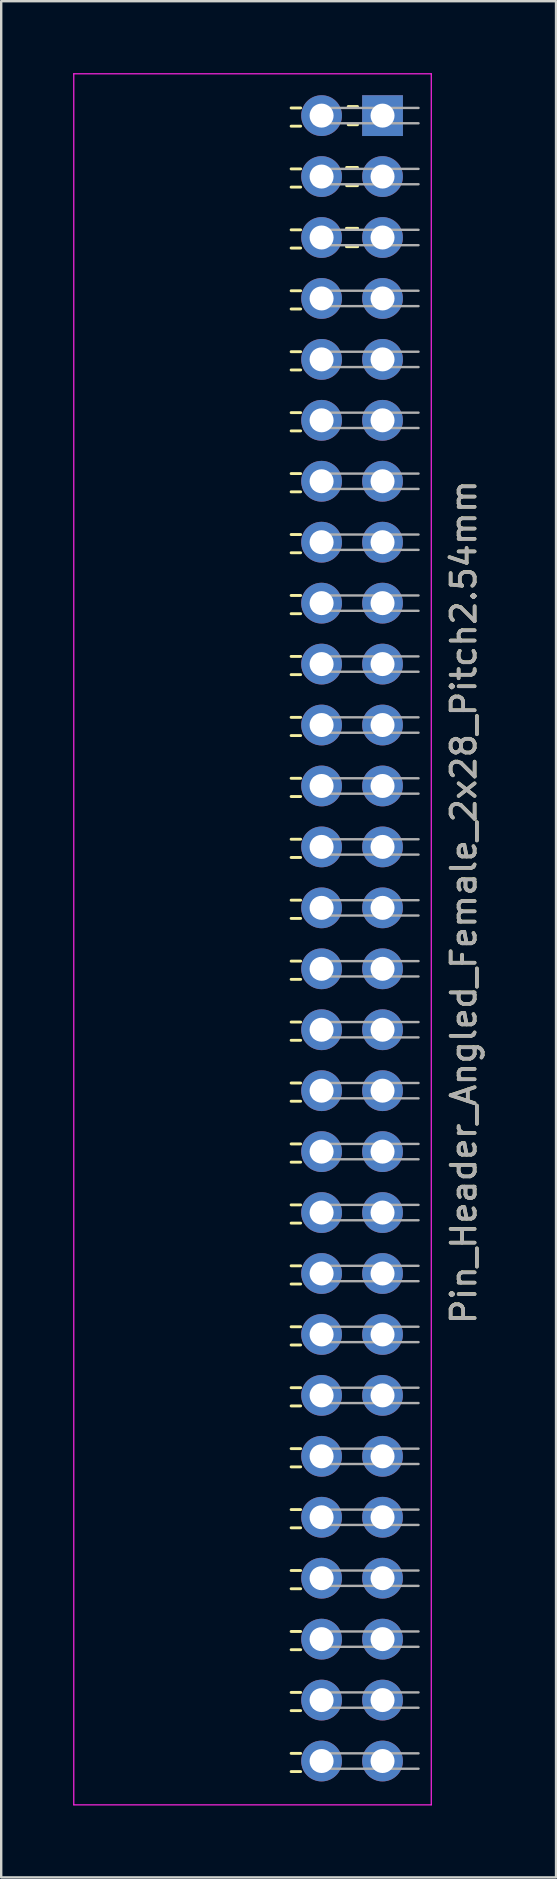
<source format=kicad_pcb>
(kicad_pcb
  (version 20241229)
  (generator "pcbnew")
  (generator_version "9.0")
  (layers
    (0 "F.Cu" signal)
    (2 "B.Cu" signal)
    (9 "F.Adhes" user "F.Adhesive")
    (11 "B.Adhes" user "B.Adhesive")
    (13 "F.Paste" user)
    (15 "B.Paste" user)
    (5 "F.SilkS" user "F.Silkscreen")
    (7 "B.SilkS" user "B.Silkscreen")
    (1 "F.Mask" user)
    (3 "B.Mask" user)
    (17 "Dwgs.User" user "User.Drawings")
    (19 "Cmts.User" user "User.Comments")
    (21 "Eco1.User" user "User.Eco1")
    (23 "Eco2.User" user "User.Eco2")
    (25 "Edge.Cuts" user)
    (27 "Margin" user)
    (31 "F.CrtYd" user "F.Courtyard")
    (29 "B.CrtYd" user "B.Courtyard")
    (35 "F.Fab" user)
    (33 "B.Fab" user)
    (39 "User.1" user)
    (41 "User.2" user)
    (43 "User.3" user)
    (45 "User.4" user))
  (footprint "Pin_Header_Angled_Female_2x28_Pitch2.54mm"
    (layer "F.Cu")
    (at 10.354 1.769)
    (property "Reference" "Pin_Header_Angled_Female_2x28_Pitch2.54mm" (at 5.923 32.781 90) (layer "F.SilkS") (effects (font (size 1 1) (thickness 0.15))))
    (attr through_hole)
    (fp_line (start -0.873 -0.32) (end -1.27 -0.32) (stroke (width 0.12) (type solid)) (layer "F.SilkS"))
    (fp_line (start -0.873 0.44) (end -1.27 0.44) (stroke (width 0.12) (type solid)) (layer "F.SilkS"))
    (fp_line (start -0.873 2.22) (end -1.27 2.22) (stroke (width 0.12) (type solid)) (layer "F.SilkS"))
    (fp_line (start -0.873 2.98) (end -1.27 2.98) (stroke (width 0.12) (type solid)) (layer "F.SilkS"))
    (fp_line (start -0.873 4.76) (end -1.27 4.76) (stroke (width 0.12) (type solid)) (layer "F.SilkS"))
    (fp_line (start -0.873 5.52) (end -1.27 5.52) (stroke (width 0.12) (type solid)) (layer "F.SilkS"))
    (fp_line (start -0.873 7.3) (end -1.27 7.3) (stroke (width 0.12) (type solid)) (layer "F.SilkS"))
    (fp_line (start -0.873 8.06) (end -1.27 8.06) (stroke (width 0.12) (type solid)) (layer "F.SilkS"))
    (fp_line (start -0.873 9.84) (end -1.27 9.84) (stroke (width 0.12) (type solid)) (layer "F.SilkS"))
    (fp_line (start -0.873 10.6) (end -1.27 10.6) (stroke (width 0.12) (type solid)) (layer "F.SilkS"))
    (fp_line (start -0.873 12.38) (end -1.27 12.38) (stroke (width 0.12) (type solid)) (layer "F.SilkS"))
    (fp_line (start -0.873 13.14) (end -1.27 13.14) (stroke (width 0.12) (type solid)) (layer "F.SilkS"))
    (fp_line (start -0.873 14.92) (end -1.27 14.92) (stroke (width 0.12) (type solid)) (layer "F.SilkS"))
    (fp_line (start -0.873 15.68) (end -1.27 15.68) (stroke (width 0.12) (type solid)) (layer "F.SilkS"))
    (fp_line (start -0.873 17.46) (end -1.27 17.46) (stroke (width 0.12) (type solid)) (layer "F.SilkS"))
    (fp_line (start -0.873 18.22) (end -1.27 18.22) (stroke (width 0.12) (type solid)) (layer "F.SilkS"))
    (fp_line (start -0.873 20) (end -1.27 20) (stroke (width 0.12) (type solid)) (layer "F.SilkS"))
    (fp_line (start -0.873 20.76) (end -1.27 20.76) (stroke (width 0.12) (type solid)) (layer "F.SilkS"))
    (fp_line (start -0.873 22.54) (end -1.27 22.54) (stroke (width 0.12) (type solid)) (layer "F.SilkS"))
    (fp_line (start -0.873 23.3) (end -1.27 23.3) (stroke (width 0.12) (type solid)) (layer "F.SilkS"))
    (fp_line (start -0.873 25.08) (end -1.27 25.08) (stroke (width 0.12) (type solid)) (layer "F.SilkS"))
    (fp_line (start -0.873 25.84) (end -1.27 25.84) (stroke (width 0.12) (type solid)) (layer "F.SilkS"))
    (fp_line (start -0.873 27.62) (end -1.27 27.62) (stroke (width 0.12) (type solid)) (layer "F.SilkS"))
    (fp_line (start -0.873 28.38) (end -1.27 28.38) (stroke (width 0.12) (type solid)) (layer "F.SilkS"))
    (fp_line (start -0.873 30.16) (end -1.27 30.16) (stroke (width 0.12) (type solid)) (layer "F.SilkS"))
    (fp_line (start -0.873 30.92) (end -1.27 30.92) (stroke (width 0.12) (type solid)) (layer "F.SilkS"))
    (fp_line (start -0.873 32.7) (end -1.27 32.7) (stroke (width 0.12) (type solid)) (layer "F.SilkS"))
    (fp_line (start -0.873 33.46) (end -1.27 33.46) (stroke (width 0.12) (type solid)) (layer "F.SilkS"))
    (fp_line (start -0.873 35.24) (end -1.27 35.24) (stroke (width 0.12) (type solid)) (layer "F.SilkS"))
    (fp_line (start -0.873 36) (end -1.27 36) (stroke (width 0.12) (type solid)) (layer "F.SilkS"))
    (fp_line (start -0.873 37.78) (end -1.27 37.78) (stroke (width 0.12) (type solid)) (layer "F.SilkS"))
    (fp_line (start -0.873 38.54) (end -1.27 38.54) (stroke (width 0.12) (type solid)) (layer "F.SilkS"))
    (fp_line (start -0.873 40.32) (end -1.27 40.32) (stroke (width 0.12) (type solid)) (layer "F.SilkS"))
    (fp_line (start -0.873 41.08) (end -1.27 41.08) (stroke (width 0.12) (type solid)) (layer "F.SilkS"))
    (fp_line (start -0.873 42.86) (end -1.27 42.86) (stroke (width 0.12) (type solid)) (layer "F.SilkS"))
    (fp_line (start -0.873 43.62) (end -1.27 43.62) (stroke (width 0.12) (type solid)) (layer "F.SilkS"))
    (fp_line (start -0.873 45.4) (end -1.27 45.4) (stroke (width 0.12) (type solid)) (layer "F.SilkS"))
    (fp_line (start -0.873 46.16) (end -1.27 46.16) (stroke (width 0.12) (type solid)) (layer "F.SilkS"))
    (fp_line (start -0.873 47.94) (end -1.27 47.94) (stroke (width 0.12) (type solid)) (layer "F.SilkS"))
    (fp_line (start -0.873 48.7) (end -1.27 48.7) (stroke (width 0.12) (type solid)) (layer "F.SilkS"))
    (fp_line (start -0.873 50.48) (end -1.27 50.48) (stroke (width 0.12) (type solid)) (layer "F.SilkS"))
    (fp_line (start -0.873 51.24) (end -1.27 51.24) (stroke (width 0.12) (type solid)) (layer "F.SilkS"))
    (fp_line (start -0.873 53.02) (end -1.27 53.02) (stroke (width 0.12) (type solid)) (layer "F.SilkS"))
    (fp_line (start -0.873 53.78) (end -1.27 53.78) (stroke (width 0.12) (type solid)) (layer "F.SilkS"))
    (fp_line (start -0.873 55.56) (end -1.27 55.56) (stroke (width 0.12) (type solid)) (layer "F.SilkS"))
    (fp_line (start -0.873 56.32) (end -1.27 56.32) (stroke (width 0.12) (type solid)) (layer "F.SilkS"))
    (fp_line (start -0.873 58.1) (end -1.27 58.1) (stroke (width 0.12) (type solid)) (layer "F.SilkS"))
    (fp_line (start -0.873 58.86) (end -1.27 58.86) (stroke (width 0.12) (type solid)) (layer "F.SilkS"))
    (fp_line (start -0.873 60.64) (end -1.27 60.64) (stroke (width 0.12) (type solid)) (layer "F.SilkS"))
    (fp_line (start -0.873 61.4) (end -1.27 61.4) (stroke (width 0.12) (type solid)) (layer "F.SilkS"))
    (fp_line (start -0.873 63.18) (end -1.27 63.18) (stroke (width 0.12) (type solid)) (layer "F.SilkS"))
    (fp_line (start -0.873 63.94) (end -1.27 63.94) (stroke (width 0.12) (type solid)) (layer "F.SilkS"))
    (fp_line (start -0.873 65.72) (end -1.27 65.72) (stroke (width 0.12) (type solid)) (layer "F.SilkS"))
    (fp_line (start -0.873 66.48) (end -1.27 66.48) (stroke (width 0.12) (type solid)) (layer "F.SilkS"))
    (fp_line (start -0.873 68.26) (end -1.27 68.26) (stroke (width 0.12) (type solid)) (layer "F.SilkS"))
    (fp_line (start -0.873 69.02) (end -1.27 69.02) (stroke (width 0.12) (type solid)) (layer "F.SilkS"))
    (fp_line (start 1.043 2.16) (end 1.497 2.16) (stroke (width 0.12) (type solid)) (layer "F.SilkS"))
    (fp_line (start 1.043 2.92) (end 1.497 2.92) (stroke (width 0.12) (type solid)) (layer "F.SilkS"))
    (fp_line (start 1.11 -0.38) (end 1.497 -0.38) (stroke (width 0.12) (type solid)) (layer "F.SilkS"))
    (fp_line (start 1.11 0.38) (end 1.497 0.38) (stroke (width 0.12) (type solid)) (layer "F.SilkS"))
    (fp_line (start 1.497 4.7) (end 1.043 4.7) (stroke (width 0.12) (type solid)) (layer "F.SilkS"))
    (fp_line (start 1.497 4.7) (end 1.043 4.7) (stroke (width 0.12) (type solid)) (layer "F.SilkS"))
    (fp_line (start 1.497 5.46) (end 1.043 5.46) (stroke (width 0.12) (type solid)) (layer "F.SilkS"))
    (fp_line (start 1.497 5.46) (end 1.043 5.46) (stroke (width 0.12) (type solid)) (layer "F.SilkS"))
    (fp_line (start -10.329 -1.744) (end -10.329 70.406) (stroke (width 0.05) (type solid)) (layer "F.CrtYd"))
    (fp_line (start -10.329 70.406) (end 4.571 70.406) (stroke (width 0.05) (type solid)) (layer "F.CrtYd"))
    (fp_line (start 4.571 -1.744) (end -10.329 -1.744) (stroke (width 0.05) (type solid)) (layer "F.CrtYd"))
    (fp_line (start 4.571 70.406) (end 4.571 -1.744) (stroke (width 0.05) (type solid)) (layer "F.CrtYd"))
    (fp_line (start -0.32 -0.32) (end -0.32 0.32) (stroke (width 0.1) (type solid)) (layer "F.Fab"))
    (fp_line (start -0.32 -0.32) (end 4.04 -0.32) (stroke (width 0.1) (type solid)) (layer "F.Fab"))
    (fp_line (start -0.32 0.32) (end 4.04 0.32) (stroke (width 0.1) (type solid)) (layer "F.Fab"))
    (fp_line (start -0.32 2.22) (end -0.32 2.86) (stroke (width 0.1) (type solid)) (layer "F.Fab"))
    (fp_line (start -0.32 2.22) (end 4.04 2.22) (stroke (width 0.1) (type solid)) (layer "F.Fab"))
    (fp_line (start -0.32 2.86) (end 4.04 2.86) (stroke (width 0.1) (type solid)) (layer "F.Fab"))
    (fp_line (start -0.32 4.76) (end 4.04 4.76) (stroke (width 0.1) (type solid)) (layer "F.Fab"))
    (fp_line (start -0.32 5.4) (end 4.04 5.4) (stroke (width 0.1) (type solid)) (layer "F.Fab"))
    (fp_line (start -0.32 7.3) (end 4.04 7.3) (stroke (width 0.1) (type solid)) (layer "F.Fab"))
    (fp_line (start -0.32 7.94) (end 4.04 7.94) (stroke (width 0.1) (type solid)) (layer "F.Fab"))
    (fp_line (start -0.32 9.84) (end 4.04 9.84) (stroke (width 0.1) (type solid)) (layer "F.Fab"))
    (fp_line (start -0.32 10.48) (end 4.04 10.48) (stroke (width 0.1) (type solid)) (layer "F.Fab"))
    (fp_line (start -0.32 12.38) (end 4.04 12.38) (stroke (width 0.1) (type solid)) (layer "F.Fab"))
    (fp_line (start -0.32 13.02) (end 4.04 13.02) (stroke (width 0.1) (type solid)) (layer "F.Fab"))
    (fp_line (start -0.32 14.92) (end 4.04 14.92) (stroke (width 0.1) (type solid)) (layer "F.Fab"))
    (fp_line (start -0.32 15.56) (end 4.04 15.56) (stroke (width 0.1) (type solid)) (layer "F.Fab"))
    (fp_line (start -0.32 17.46) (end 4.04 17.46) (stroke (width 0.1) (type solid)) (layer "F.Fab"))
    (fp_line (start -0.32 18.1) (end 4.04 18.1) (stroke (width 0.1) (type solid)) (layer "F.Fab"))
    (fp_line (start -0.32 20) (end 4.04 20) (stroke (width 0.1) (type solid)) (layer "F.Fab"))
    (fp_line (start -0.32 20.64) (end 4.04 20.64) (stroke (width 0.1) (type solid)) (layer "F.Fab"))
    (fp_line (start -0.32 22.54) (end 4.04 22.54) (stroke (width 0.1) (type solid)) (layer "F.Fab"))
    (fp_line (start -0.32 23.18) (end 4.04 23.18) (stroke (width 0.1) (type solid)) (layer "F.Fab"))
    (fp_line (start -0.32 25.08) (end 4.04 25.08) (stroke (width 0.1) (type solid)) (layer "F.Fab"))
    (fp_line (start -0.32 25.72) (end 4.04 25.72) (stroke (width 0.1) (type solid)) (layer "F.Fab"))
    (fp_line (start -0.32 27.62) (end 4.04 27.62) (stroke (width 0.1) (type solid)) (layer "F.Fab"))
    (fp_line (start -0.32 28.26) (end 4.04 28.26) (stroke (width 0.1) (type solid)) (layer "F.Fab"))
    (fp_line (start -0.32 30.16) (end 4.04 30.16) (stroke (width 0.1) (type solid)) (layer "F.Fab"))
    (fp_line (start -0.32 30.8) (end 4.04 30.8) (stroke (width 0.1) (type solid)) (layer "F.Fab"))
    (fp_line (start -0.32 32.7) (end 4.04 32.7) (stroke (width 0.1) (type solid)) (layer "F.Fab"))
    (fp_line (start -0.32 33.34) (end 4.04 33.34) (stroke (width 0.1) (type solid)) (layer "F.Fab"))
    (fp_line (start -0.32 35.24) (end 4.04 35.24) (stroke (width 0.1) (type solid)) (layer "F.Fab"))
    (fp_line (start -0.32 35.88) (end 4.04 35.88) (stroke (width 0.1) (type solid)) (layer "F.Fab"))
    (fp_line (start -0.32 37.78) (end 4.04 37.78) (stroke (width 0.1) (type solid)) (layer "F.Fab"))
    (fp_line (start -0.32 38.42) (end 4.04 38.42) (stroke (width 0.1) (type solid)) (layer "F.Fab"))
    (fp_line (start -0.32 40.32) (end 4.04 40.32) (stroke (width 0.1) (type solid)) (layer "F.Fab"))
    (fp_line (start -0.32 40.96) (end 4.04 40.96) (stroke (width 0.1) (type solid)) (layer "F.Fab"))
    (fp_line (start -0.32 42.86) (end 4.04 42.86) (stroke (width 0.1) (type solid)) (layer "F.Fab"))
    (fp_line (start -0.32 43.5) (end 4.04 43.5) (stroke (width 0.1) (type solid)) (layer "F.Fab"))
    (fp_line (start -0.32 45.4) (end 4.04 45.4) (stroke (width 0.1) (type solid)) (layer "F.Fab"))
    (fp_line (start -0.32 46.04) (end 4.04 46.04) (stroke (width 0.1) (type solid)) (layer "F.Fab"))
    (fp_line (start -0.32 47.94) (end 4.04 47.94) (stroke (width 0.1) (type solid)) (layer "F.Fab"))
    (fp_line (start -0.32 48.58) (end 4.04 48.58) (stroke (width 0.1) (type solid)) (layer "F.Fab"))
    (fp_line (start -0.32 50.48) (end 4.04 50.48) (stroke (width 0.1) (type solid)) (layer "F.Fab"))
    (fp_line (start -0.32 51.12) (end 4.04 51.12) (stroke (width 0.1) (type solid)) (layer "F.Fab"))
    (fp_line (start -0.32 53.02) (end 4.04 53.02) (stroke (width 0.1) (type solid)) (layer "F.Fab"))
    (fp_line (start -0.32 53.66) (end 4.04 53.66) (stroke (width 0.1) (type solid)) (layer "F.Fab"))
    (fp_line (start -0.32 55.56) (end 4.04 55.56) (stroke (width 0.1) (type solid)) (layer "F.Fab"))
    (fp_line (start -0.32 56.2) (end 4.04 56.2) (stroke (width 0.1) (type solid)) (layer "F.Fab"))
    (fp_line (start -0.32 58.1) (end 4.04 58.1) (stroke (width 0.1) (type solid)) (layer "F.Fab"))
    (fp_line (start -0.32 58.74) (end 4.04 58.74) (stroke (width 0.1) (type solid)) (layer "F.Fab"))
    (fp_line (start -0.32 60.64) (end 4.04 60.64) (stroke (width 0.1) (type solid)) (layer "F.Fab"))
    (fp_line (start -0.32 61.28) (end 4.04 61.28) (stroke (width 0.1) (type solid)) (layer "F.Fab"))
    (fp_line (start -0.32 63.18) (end 4.04 63.18) (stroke (width 0.1) (type solid)) (layer "F.Fab"))
    (fp_line (start -0.32 63.82) (end 4.04 63.82) (stroke (width 0.1) (type solid)) (layer "F.Fab"))
    (fp_line (start -0.32 65.72) (end 4.04 65.72) (stroke (width 0.1) (type solid)) (layer "F.Fab"))
    (fp_line (start -0.32 66.36) (end 4.04 66.36) (stroke (width 0.1) (type solid)) (layer "F.Fab"))
    (fp_line (start -0.32 68.26) (end 4.04 68.26) (stroke (width 0.1) (type solid)) (layer "F.Fab"))
    (fp_line (start -0.32 68.9) (end 4.04 68.9) (stroke (width 0.1) (type solid)) (layer "F.Fab"))
    (fp_line (start 2.86 5.4) (end 2.86 4.76) (stroke (width 0.1) (type solid)) (layer "F.Fab"))
    (fp_line (start 2.86 5.4) (end 2.86 4.76) (stroke (width 0.1) (type solid)) (layer "F.Fab"))
    (fp_text user "${REFERENCE}" (at 5.923 32.786 270) (layer "F.Fab") (effects (font (size 1 1) (thickness 0.15))))
    (pad "1" thru_hole rect (at 2.54 0) (size 1.7 1.7) (drill 1) (layers "*.Cu" "*.Mask"))
    (pad "2" thru_hole circle (at 0 0) (size 1.7 1.7) (drill 1) (layers "*.Cu" "*.Mask"))
    (pad "3" thru_hole circle (at 2.54 2.54) (size 1.7 1.7) (drill 1) (layers "*.Cu" "*.Mask"))
    (pad "4" thru_hole circle (at 0 2.54) (size 1.7 1.7) (drill 1) (layers "*.Cu" "*.Mask"))
    (pad "5" thru_hole circle (at 2.54 5.08 180) (size 1.7 1.7) (drill 1) (layers "*.Cu" "*.Mask"))
    (pad "6" thru_hole circle (at 0 5.08 180) (size 1.7 1.7) (drill 1) (layers "*.Cu" "*.Mask"))
    (pad "7" thru_hole circle (at 2.54 7.62) (size 1.7 1.7) (drill 1) (layers "*.Cu" "*.Mask"))
    (pad "8" thru_hole circle (at 0 7.62) (size 1.7 1.7) (drill 1) (layers "*.Cu" "*.Mask"))
    (pad "9" thru_hole circle (at 2.54 10.16) (size 1.7 1.7) (drill 1) (layers "*.Cu" "*.Mask"))
    (pad "10" thru_hole circle (at 0 10.16) (size 1.7 1.7) (drill 1) (layers "*.Cu" "*.Mask"))
    (pad "11" thru_hole circle (at 2.54 12.7 180) (size 1.7 1.7) (drill 1) (layers "*.Cu" "*.Mask"))
    (pad "12" thru_hole circle (at 0 12.7 180) (size 1.7 1.7) (drill 1) (layers "*.Cu" "*.Mask"))
    (pad "13" thru_hole circle (at 2.54 15.24 180) (size 1.7 1.7) (drill 1) (layers "*.Cu" "*.Mask"))
    (pad "14" thru_hole circle (at 0 15.24 180) (size 1.7 1.7) (drill 1) (layers "*.Cu" "*.Mask"))
    (pad "15" thru_hole circle (at 2.54 17.78 180) (size 1.7 1.7) (drill 1) (layers "*.Cu" "*.Mask"))
    (pad "16" thru_hole circle (at 0 17.78 180) (size 1.7 1.7) (drill 1) (layers "*.Cu" "*.Mask"))
    (pad "17" thru_hole circle (at 2.54 20.32 180) (size 1.7 1.7) (drill 1) (layers "*.Cu" "*.Mask"))
    (pad "18" thru_hole circle (at 0 20.32 180) (size 1.7 1.7) (drill 1) (layers "*.Cu" "*.Mask"))
    (pad "19" thru_hole circle (at 2.54 22.86) (size 1.7 1.7) (drill 1) (layers "*.Cu" "*.Mask"))
    (pad "20" thru_hole circle (at 0 22.86) (size 1.7 1.7) (drill 1) (layers "*.Cu" "*.Mask"))
    (pad "21" thru_hole circle (at 2.54 25.4 180) (size 1.7 1.7) (drill 1) (layers "*.Cu" "*.Mask"))
    (pad "22" thru_hole circle (at 0 25.4 180) (size 1.7 1.7) (drill 1) (layers "*.Cu" "*.Mask"))
    (pad "23" thru_hole circle (at 2.54 27.94 180) (size 1.7 1.7) (drill 1) (layers "*.Cu" "*.Mask"))
    (pad "24" thru_hole circle (at 0 27.94 180) (size 1.7 1.7) (drill 1) (layers "*.Cu" "*.Mask"))
    (pad "25" thru_hole circle (at 2.54 30.48) (size 1.7 1.7) (drill 1) (layers "*.Cu" "*.Mask"))
    (pad "26" thru_hole circle (at 0 30.48) (size 1.7 1.7) (drill 1) (layers "*.Cu" "*.Mask"))
    (pad "27" thru_hole circle (at 2.54 33.02 180) (size 1.7 1.7) (drill 1) (layers "*.Cu" "*.Mask"))
    (pad "28" thru_hole circle (at 0 33.02 180) (size 1.7 1.7) (drill 1) (layers "*.Cu" "*.Mask"))
    (pad "29" thru_hole circle (at 2.54 35.56 180) (size 1.7 1.7) (drill 1) (layers "*.Cu" "*.Mask"))
    (pad "30" thru_hole circle (at 0 35.56 180) (size 1.7 1.7) (drill 1) (layers "*.Cu" "*.Mask"))
    (pad "31" thru_hole circle (at 2.54 38.1) (size 1.7 1.7) (drill 1) (layers "*.Cu" "*.Mask"))
    (pad "32" thru_hole circle (at 0 38.1) (size 1.7 1.7) (drill 1) (layers "*.Cu" "*.Mask"))
    (pad "33" thru_hole circle (at 2.54 40.64) (size 1.7 1.7) (drill 1) (layers "*.Cu" "*.Mask"))
    (pad "34" thru_hole circle (at 0 40.64) (size 1.7 1.7) (drill 1) (layers "*.Cu" "*.Mask"))
    (pad "35" thru_hole circle (at 2.54 43.18) (size 1.7 1.7) (drill 1) (layers "*.Cu" "*.Mask"))
    (pad "36" thru_hole circle (at 0 43.18) (size 1.7 1.7) (drill 1) (layers "*.Cu" "*.Mask"))
    (pad "37" thru_hole circle (at 2.54 45.72 180) (size 1.7 1.7) (drill 1) (layers "*.Cu" "*.Mask"))
    (pad "38" thru_hole circle (at 0 45.72 180) (size 1.7 1.7) (drill 1) (layers "*.Cu" "*.Mask"))
    (pad "39" thru_hole circle (at 2.54 48.26) (size 1.7 1.7) (drill 1) (layers "*.Cu" "*.Mask"))
    (pad "40" thru_hole circle (at 0 48.26) (size 1.7 1.7) (drill 1) (layers "*.Cu" "*.Mask"))
    (pad "41" thru_hole circle (at 2.54 50.8) (size 1.7 1.7) (drill 1) (layers "*.Cu" "*.Mask"))
    (pad "42" thru_hole circle (at 0 50.8) (size 1.7 1.7) (drill 1) (layers "*.Cu" "*.Mask"))
    (pad "43" thru_hole circle (at 2.54 53.34) (size 1.7 1.7) (drill 1) (layers "*.Cu" "*.Mask"))
    (pad "44" thru_hole circle (at 0 53.34) (size 1.7 1.7) (drill 1) (layers "*.Cu" "*.Mask"))
    (pad "45" thru_hole circle (at 2.54 55.88) (size 1.7 1.7) (drill 1) (layers "*.Cu" "*.Mask"))
    (pad "46" thru_hole circle (at 0 55.88) (size 1.7 1.7) (drill 1) (layers "*.Cu" "*.Mask"))
    (pad "47" thru_hole circle (at 2.54 58.42) (size 1.7 1.7) (drill 1) (layers "*.Cu" "*.Mask"))
    (pad "48" thru_hole circle (at 0 58.42) (size 1.7 1.7) (drill 1) (layers "*.Cu" "*.Mask"))
    (pad "49" thru_hole circle (at 2.54 60.96) (size 1.7 1.7) (drill 1) (layers "*.Cu" "*.Mask"))
    (pad "50" thru_hole circle (at 0 60.96) (size 1.7 1.7) (drill 1) (layers "*.Cu" "*.Mask"))
    (pad "51" thru_hole circle (at 2.54 63.5) (size 1.7 1.7) (drill 1) (layers "*.Cu" "*.Mask"))
    (pad "52" thru_hole circle (at 0 63.5) (size 1.7 1.7) (drill 1) (layers "*.Cu" "*.Mask"))
    (pad "53" thru_hole circle (at 2.54 66.04) (size 1.7 1.7) (drill 1) (layers "*.Cu" "*.Mask"))
    (pad "54" thru_hole circle (at 0 66.04) (size 1.7 1.7) (drill 1) (layers "*.Cu" "*.Mask"))
    (pad "55" thru_hole circle (at 2.54 68.58) (size 1.7 1.7) (drill 1) (layers "*.Cu" "*.Mask"))
    (pad "56" thru_hole circle (at 0 68.58) (size 1.7 1.7) (drill 1) (layers "*.Cu" "*.Mask")))
  (gr_rect
    (start -3 -3)
    (end 20.126 75.2)
    (stroke (width 0.1) (type default))
    (fill no)
    (layer "Edge.Cuts")))
</source>
